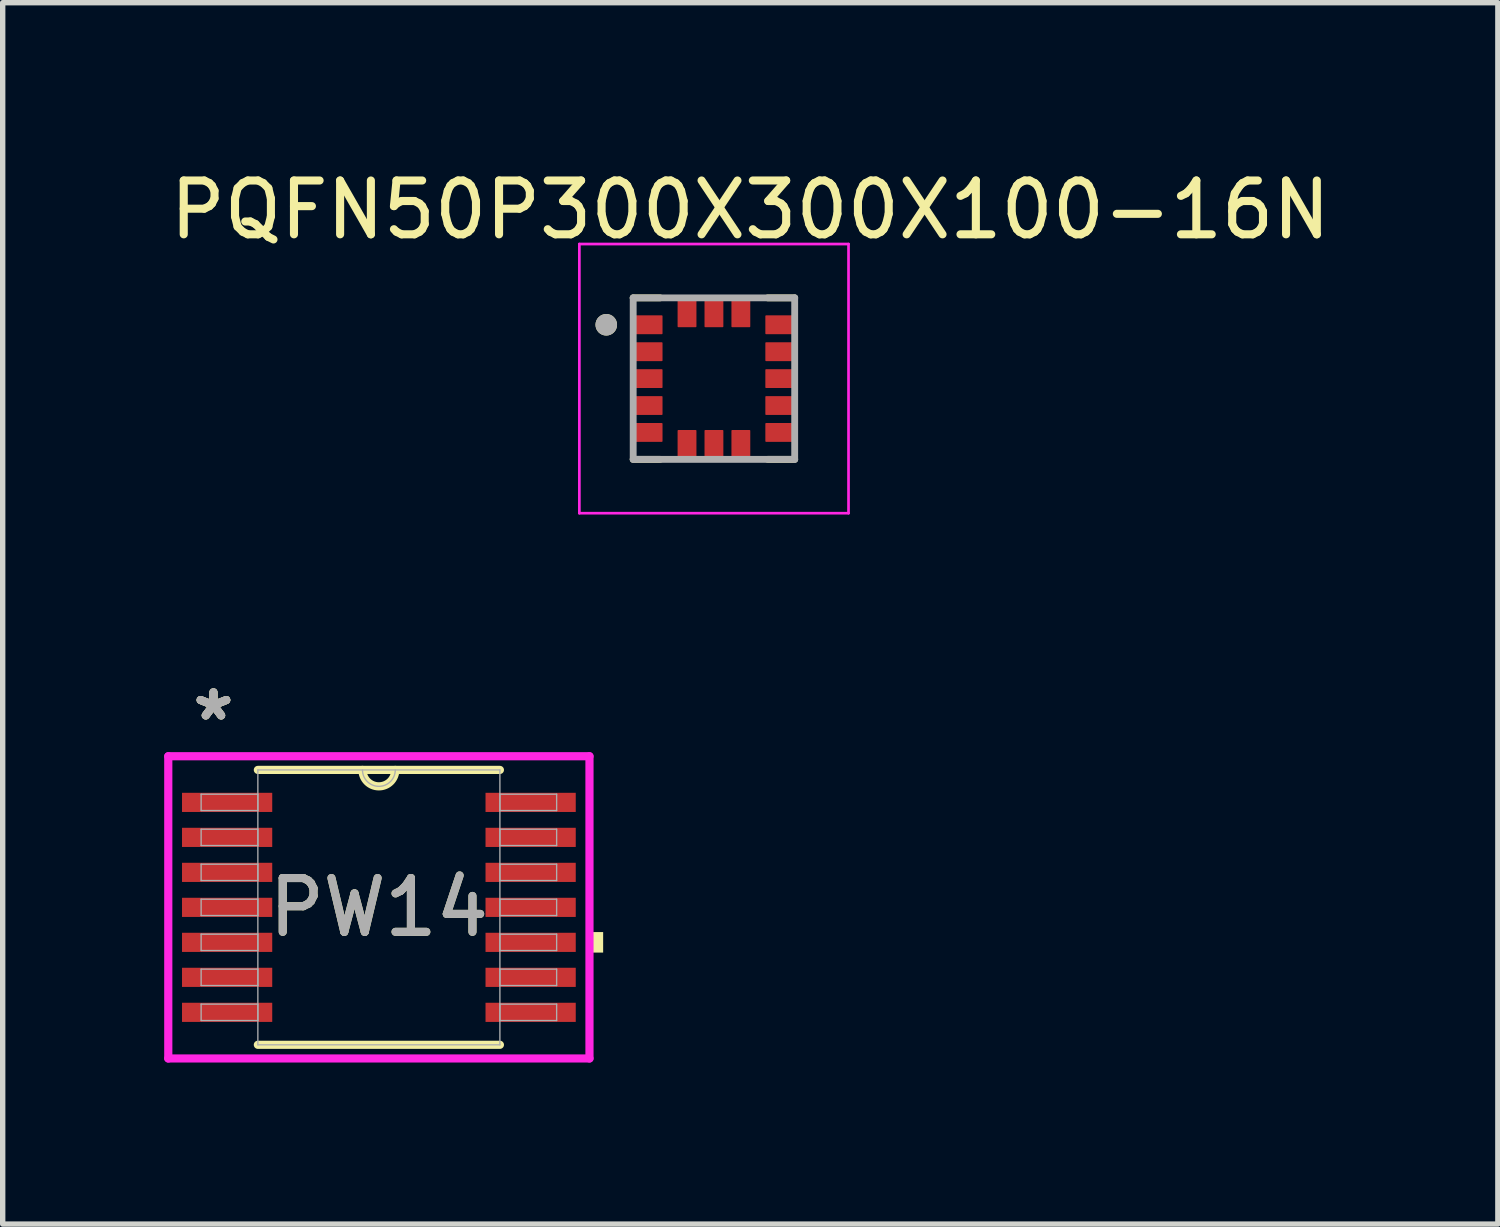
<source format=kicad_pcb>
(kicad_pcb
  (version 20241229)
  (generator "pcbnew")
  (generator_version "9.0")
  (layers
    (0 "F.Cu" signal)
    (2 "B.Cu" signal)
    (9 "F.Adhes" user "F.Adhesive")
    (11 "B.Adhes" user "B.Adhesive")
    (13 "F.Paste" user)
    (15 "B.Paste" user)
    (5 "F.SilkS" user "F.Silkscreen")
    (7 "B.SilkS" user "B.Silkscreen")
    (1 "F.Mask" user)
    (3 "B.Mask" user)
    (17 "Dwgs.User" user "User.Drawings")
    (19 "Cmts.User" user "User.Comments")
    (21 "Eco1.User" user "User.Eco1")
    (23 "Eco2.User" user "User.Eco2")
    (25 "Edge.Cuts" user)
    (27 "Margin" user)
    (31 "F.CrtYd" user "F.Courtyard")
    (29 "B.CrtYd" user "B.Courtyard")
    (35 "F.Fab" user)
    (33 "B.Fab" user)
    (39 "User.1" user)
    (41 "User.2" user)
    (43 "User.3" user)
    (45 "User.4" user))
  (footprint "PW14"
    (layer "F.Cu")
    (at 3.988 13.805)
    (property "Reference" "PW14" (at 0 0 0) (unlocked yes) (layer "F.SilkS") (effects (font (size 1 1) (thickness 0.15))))
    (attr smd)
    (fp_line (start -2.248 2.553) (end 2.248 2.553) (stroke (width 0.152) (type solid)) (layer "F.SilkS"))
    (fp_line (start 2.248 -2.553) (end -2.248 -2.553) (stroke (width 0.152) (type solid)) (layer "F.SilkS"))
    (fp_arc (start 0.3048 -2.5527) (mid 0 -2.2479) (end -0.3048 -2.5527) (stroke (width 0.1524) (type solid)) (layer "F.SilkS"))
    (fp_poly (pts (xy 4.166 0.459) (xy 4.166 0.84) (xy 3.912 0.84) (xy 3.912 0.459)) (stroke (width 0) (type solid)) (fill yes) (layer "F.SilkS"))
    (fp_line (start -3.912 -2.807) (end 3.912 -2.807) (stroke (width 0.152) (type solid)) (layer "F.CrtYd"))
    (fp_line (start -3.912 2.807) (end -3.912 -2.807) (stroke (width 0.152) (type solid)) (layer "F.CrtYd"))
    (fp_line (start 3.912 -2.807) (end 3.912 2.807) (stroke (width 0.152) (type solid)) (layer "F.CrtYd"))
    (fp_line (start 3.912 2.807) (end -3.912 2.807) (stroke (width 0.152) (type solid)) (layer "F.CrtYd"))
    (fp_line (start -3.302 -2.102) (end -3.302 -1.798) (stroke (width 0.025) (type solid)) (layer "F.Fab"))
    (fp_line (start -3.302 -1.798) (end -2.248 -1.798) (stroke (width 0.025) (type solid)) (layer "F.Fab"))
    (fp_line (start -3.302 -1.452) (end -3.302 -1.148) (stroke (width 0.025) (type solid)) (layer "F.Fab"))
    (fp_line (start -3.302 -1.148) (end -2.248 -1.148) (stroke (width 0.025) (type solid)) (layer "F.Fab"))
    (fp_line (start -3.302 -0.802) (end -3.302 -0.498) (stroke (width 0.025) (type solid)) (layer "F.Fab"))
    (fp_line (start -3.302 -0.498) (end -2.248 -0.498) (stroke (width 0.025) (type solid)) (layer "F.Fab"))
    (fp_line (start -3.302 -0.152) (end -3.302 0.152) (stroke (width 0.025) (type solid)) (layer "F.Fab"))
    (fp_line (start -3.302 0.152) (end -2.248 0.152) (stroke (width 0.025) (type solid)) (layer "F.Fab"))
    (fp_line (start -3.302 0.498) (end -3.302 0.802) (stroke (width 0.025) (type solid)) (layer "F.Fab"))
    (fp_line (start -3.302 0.802) (end -2.248 0.802) (stroke (width 0.025) (type solid)) (layer "F.Fab"))
    (fp_line (start -3.302 1.148) (end -3.302 1.452) (stroke (width 0.025) (type solid)) (layer "F.Fab"))
    (fp_line (start -3.302 1.452) (end -2.248 1.452) (stroke (width 0.025) (type solid)) (layer "F.Fab"))
    (fp_line (start -3.302 1.798) (end -3.302 2.102) (stroke (width 0.025) (type solid)) (layer "F.Fab"))
    (fp_line (start -3.302 2.102) (end -2.248 2.102) (stroke (width 0.025) (type solid)) (layer "F.Fab"))
    (fp_line (start -2.248 -2.553) (end -2.248 2.553) (stroke (width 0.025) (type solid)) (layer "F.Fab"))
    (fp_line (start -2.248 -2.102) (end -3.302 -2.102) (stroke (width 0.025) (type solid)) (layer "F.Fab"))
    (fp_line (start -2.248 -1.798) (end -2.248 -2.102) (stroke (width 0.025) (type solid)) (layer "F.Fab"))
    (fp_line (start -2.248 -1.452) (end -3.302 -1.452) (stroke (width 0.025) (type solid)) (layer "F.Fab"))
    (fp_line (start -2.248 -1.148) (end -2.248 -1.452) (stroke (width 0.025) (type solid)) (layer "F.Fab"))
    (fp_line (start -2.248 -0.802) (end -3.302 -0.802) (stroke (width 0.025) (type solid)) (layer "F.Fab"))
    (fp_line (start -2.248 -0.498) (end -2.248 -0.802) (stroke (width 0.025) (type solid)) (layer "F.Fab"))
    (fp_line (start -2.248 -0.152) (end -3.302 -0.152) (stroke (width 0.025) (type solid)) (layer "F.Fab"))
    (fp_line (start -2.248 0.152) (end -2.248 -0.152) (stroke (width 0.025) (type solid)) (layer "F.Fab"))
    (fp_line (start -2.248 0.498) (end -3.302 0.498) (stroke (width 0.025) (type solid)) (layer "F.Fab"))
    (fp_line (start -2.248 0.802) (end -2.248 0.498) (stroke (width 0.025) (type solid)) (layer "F.Fab"))
    (fp_line (start -2.248 1.148) (end -3.302 1.148) (stroke (width 0.025) (type solid)) (layer "F.Fab"))
    (fp_line (start -2.248 1.452) (end -2.248 1.148) (stroke (width 0.025) (type solid)) (layer "F.Fab"))
    (fp_line (start -2.248 1.798) (end -3.302 1.798) (stroke (width 0.025) (type solid)) (layer "F.Fab"))
    (fp_line (start -2.248 2.102) (end -2.248 1.798) (stroke (width 0.025) (type solid)) (layer "F.Fab"))
    (fp_line (start -2.248 2.553) (end 2.248 2.553) (stroke (width 0.025) (type solid)) (layer "F.Fab"))
    (fp_line (start 2.248 -2.553) (end -2.248 -2.553) (stroke (width 0.025) (type solid)) (layer "F.Fab"))
    (fp_line (start 2.248 -2.102) (end 2.248 -1.798) (stroke (width 0.025) (type solid)) (layer "F.Fab"))
    (fp_line (start 2.248 -1.798) (end 3.302 -1.798) (stroke (width 0.025) (type solid)) (layer "F.Fab"))
    (fp_line (start 2.248 -1.452) (end 2.248 -1.148) (stroke (width 0.025) (type solid)) (layer "F.Fab"))
    (fp_line (start 2.248 -1.148) (end 3.302 -1.148) (stroke (width 0.025) (type solid)) (layer "F.Fab"))
    (fp_line (start 2.248 -0.802) (end 2.248 -0.498) (stroke (width 0.025) (type solid)) (layer "F.Fab"))
    (fp_line (start 2.248 -0.498) (end 3.302 -0.498) (stroke (width 0.025) (type solid)) (layer "F.Fab"))
    (fp_line (start 2.248 -0.152) (end 2.248 0.152) (stroke (width 0.025) (type solid)) (layer "F.Fab"))
    (fp_line (start 2.248 0.152) (end 3.302 0.152) (stroke (width 0.025) (type solid)) (layer "F.Fab"))
    (fp_line (start 2.248 0.498) (end 2.248 0.802) (stroke (width 0.025) (type solid)) (layer "F.Fab"))
    (fp_line (start 2.248 0.802) (end 3.302 0.802) (stroke (width 0.025) (type solid)) (layer "F.Fab"))
    (fp_line (start 2.248 1.148) (end 2.248 1.452) (stroke (width 0.025) (type solid)) (layer "F.Fab"))
    (fp_line (start 2.248 1.452) (end 3.302 1.452) (stroke (width 0.025) (type solid)) (layer "F.Fab"))
    (fp_line (start 2.248 1.798) (end 2.248 2.102) (stroke (width 0.025) (type solid)) (layer "F.Fab"))
    (fp_line (start 2.248 2.102) (end 3.302 2.102) (stroke (width 0.025) (type solid)) (layer "F.Fab"))
    (fp_line (start 2.248 2.553) (end 2.248 -2.553) (stroke (width 0.025) (type solid)) (layer "F.Fab"))
    (fp_line (start 3.302 -2.102) (end 2.248 -2.102) (stroke (width 0.025) (type solid)) (layer "F.Fab"))
    (fp_line (start 3.302 -1.798) (end 3.302 -2.102) (stroke (width 0.025) (type solid)) (layer "F.Fab"))
    (fp_line (start 3.302 -1.452) (end 2.248 -1.452) (stroke (width 0.025) (type solid)) (layer "F.Fab"))
    (fp_line (start 3.302 -1.148) (end 3.302 -1.452) (stroke (width 0.025) (type solid)) (layer "F.Fab"))
    (fp_line (start 3.302 -0.802) (end 2.248 -0.802) (stroke (width 0.025) (type solid)) (layer "F.Fab"))
    (fp_line (start 3.302 -0.498) (end 3.302 -0.802) (stroke (width 0.025) (type solid)) (layer "F.Fab"))
    (fp_line (start 3.302 -0.152) (end 2.248 -0.152) (stroke (width 0.025) (type solid)) (layer "F.Fab"))
    (fp_line (start 3.302 0.152) (end 3.302 -0.152) (stroke (width 0.025) (type solid)) (layer "F.Fab"))
    (fp_line (start 3.302 0.498) (end 2.248 0.498) (stroke (width 0.025) (type solid)) (layer "F.Fab"))
    (fp_line (start 3.302 0.802) (end 3.302 0.498) (stroke (width 0.025) (type solid)) (layer "F.Fab"))
    (fp_line (start 3.302 1.148) (end 2.248 1.148) (stroke (width 0.025) (type solid)) (layer "F.Fab"))
    (fp_line (start 3.302 1.452) (end 3.302 1.148) (stroke (width 0.025) (type solid)) (layer "F.Fab"))
    (fp_line (start 3.302 1.798) (end 2.248 1.798) (stroke (width 0.025) (type solid)) (layer "F.Fab"))
    (fp_line (start 3.302 2.102) (end 3.302 1.798) (stroke (width 0.025) (type solid)) (layer "F.Fab"))
    (fp_arc (start 0.3048 -2.5527) (mid 0 -2.2479) (end -0.3048 -2.5527) (stroke (width 0.0254) (type solid)) (layer "F.Fab"))
    (fp_text user "*" (at -3.073 -3.449 0) (layer "F.SilkS") (effects (font (size 1 1) (thickness 0.15))))
    (fp_text user "*" (at -3.073 -3.449 0) (unlocked yes) (layer "F.SilkS") (effects (font (size 1 1) (thickness 0.15))))
    (fp_text user "*" (at -3.073 -3.449 0) (layer "F.Fab") (effects (font (size 1 1) (thickness 0.15))))
    (fp_text user "${REFERENCE}" (at 0 0 0) (unlocked yes) (layer "F.Fab") (effects (font (size 1 1) (thickness 0.15))))
    (fp_text user "*" (at -3.073 -3.449 0) (unlocked yes) (layer "F.Fab") (effects (font (size 1 1) (thickness 0.15))))
    (pad "1" smd rect (at -2.819 -1.95) (size 1.676 0.356) (layers "F.Cu" "F.Mask" "F.Paste"))
    (pad "2" smd rect (at -2.819 -1.3) (size 1.676 0.356) (layers "F.Cu" "F.Mask" "F.Paste"))
    (pad "3" smd rect (at -2.819 -0.65) (size 1.676 0.356) (layers "F.Cu" "F.Mask" "F.Paste"))
    (pad "4" smd rect (at -2.819 0) (size 1.676 0.356) (layers "F.Cu" "F.Mask" "F.Paste"))
    (pad "5" smd rect (at -2.819 0.65) (size 1.676 0.356) (layers "F.Cu" "F.Mask" "F.Paste"))
    (pad "6" smd rect (at -2.819 1.3) (size 1.676 0.356) (layers "F.Cu" "F.Mask" "F.Paste"))
    (pad "7" smd rect (at -2.819 1.95) (size 1.676 0.356) (layers "F.Cu" "F.Mask" "F.Paste"))
    (pad "8" smd rect (at 2.819 1.95) (size 1.676 0.356) (layers "F.Cu" "F.Mask" "F.Paste"))
    (pad "9" smd rect (at 2.819 1.3) (size 1.676 0.356) (layers "F.Cu" "F.Mask" "F.Paste"))
    (pad "10" smd rect (at 2.819 0.65) (size 1.676 0.356) (layers "F.Cu" "F.Mask" "F.Paste"))
    (pad "11" smd rect (at 2.819 0) (size 1.676 0.356) (layers "F.Cu" "F.Mask" "F.Paste"))
    (pad "12" smd rect (at 2.819 -0.65) (size 1.676 0.356) (layers "F.Cu" "F.Mask" "F.Paste"))
    (pad "13" smd rect (at 2.819 -1.3) (size 1.676 0.356) (layers "F.Cu" "F.Mask" "F.Paste"))
    (pad "14" smd rect (at 2.819 -1.95) (size 1.676 0.356) (layers "F.Cu" "F.Mask" "F.Paste")))
  (footprint "PQFN50P300X300X100-16N"
    (layer "F.Cu")
    (at 10.212 3.983)
    (property "Reference" "PQFN50P300X300X100-16N" (at 0.675 -3.135 0) (layer "F.SilkS") (effects (font (size 1 1) (thickness 0.15))))
    (attr smd)
    (fp_line (start -1.5 -1.5) (end -1 -1.5) (stroke (width 0.127) (type solid)) (layer "F.SilkS"))
    (fp_line (start -1.5 1.5) (end -1 1.5) (stroke (width 0.127) (type solid)) (layer "F.SilkS"))
    (fp_line (start 1.5 -1.5) (end 1 -1.5) (stroke (width 0.127) (type solid)) (layer "F.SilkS"))
    (fp_line (start 1.5 1.5) (end 1 1.5) (stroke (width 0.127) (type solid)) (layer "F.SilkS"))
    (fp_circle (center -2 -1) (end -1.9 -1) (stroke (width 0.2) (type solid)) (fill no) (layer "F.SilkS"))
    (fp_line (start -2.5 -2.5) (end 2.5 -2.5) (stroke (width 0.05) (type solid)) (layer "F.CrtYd"))
    (fp_line (start -2.5 2.5) (end -2.5 -2.5) (stroke (width 0.05) (type solid)) (layer "F.CrtYd"))
    (fp_line (start -2.5 2.5) (end 2.5 2.5) (stroke (width 0.05) (type solid)) (layer "F.CrtYd"))
    (fp_line (start 2.5 2.5) (end 2.5 -2.5) (stroke (width 0.05) (type solid)) (layer "F.CrtYd"))
    (fp_line (start -1.5 1.5) (end -1.5 -1.5) (stroke (width 0.127) (type solid)) (layer "F.Fab"))
    (fp_line (start 1.5 -1.5) (end -1.5 -1.5) (stroke (width 0.127) (type solid)) (layer "F.Fab"))
    (fp_line (start 1.5 1.5) (end -1.5 1.5) (stroke (width 0.127) (type solid)) (layer "F.Fab"))
    (fp_line (start 1.5 1.5) (end 1.5 -1.5) (stroke (width 0.127) (type solid)) (layer "F.Fab"))
    (fp_circle (center -2 -1) (end -1.9 -1) (stroke (width 0.2) (type solid)) (fill no) (layer "F.Fab"))
    (pad "1" smd roundrect (at -1.22 -1) (size 0.53 0.35) (layers "F.Cu" "F.Mask" "F.Paste") (roundrect_rratio 0.04))
    (pad "2" smd roundrect (at -1.22 -0.5) (size 0.53 0.35) (layers "F.Cu" "F.Mask" "F.Paste") (roundrect_rratio 0.04))
    (pad "3" smd roundrect (at -1.22 0) (size 0.53 0.35) (layers "F.Cu" "F.Mask" "F.Paste") (roundrect_rratio 0.04))
    (pad "4" smd roundrect (at -1.22 0.5) (size 0.53 0.35) (layers "F.Cu" "F.Mask" "F.Paste") (roundrect_rratio 0.04))
    (pad "5" smd roundrect (at -1.22 1) (size 0.53 0.35) (layers "F.Cu" "F.Mask" "F.Paste") (roundrect_rratio 0.04))
    (pad "6" smd roundrect (at -0.5 1.22 90) (size 0.53 0.35) (layers "F.Cu" "F.Mask" "F.Paste") (roundrect_rratio 0.04))
    (pad "7" smd roundrect (at 0 1.22 90) (size 0.53 0.35) (layers "F.Cu" "F.Mask" "F.Paste") (roundrect_rratio 0.04))
    (pad "8" smd roundrect (at 0.5 1.22 90) (size 0.53 0.35) (layers "F.Cu" "F.Mask" "F.Paste") (roundrect_rratio 0.04))
    (pad "9" smd roundrect (at 1.22 1) (size 0.53 0.35) (layers "F.Cu" "F.Mask" "F.Paste") (roundrect_rratio 0.04))
    (pad "10" smd roundrect (at 1.22 0.5) (size 0.53 0.35) (layers "F.Cu" "F.Mask" "F.Paste") (roundrect_rratio 0.04))
    (pad "11" smd roundrect (at 1.22 0) (size 0.53 0.35) (layers "F.Cu" "F.Mask" "F.Paste") (roundrect_rratio 0.04))
    (pad "12" smd roundrect (at 1.22 -0.5) (size 0.53 0.35) (layers "F.Cu" "F.Mask" "F.Paste") (roundrect_rratio 0.04))
    (pad "13" smd roundrect (at 1.22 -1) (size 0.53 0.35) (layers "F.Cu" "F.Mask" "F.Paste") (roundrect_rratio 0.04))
    (pad "14" smd roundrect (at 0.5 -1.22 90) (size 0.53 0.35) (layers "F.Cu" "F.Mask" "F.Paste") (roundrect_rratio 0.04))
    (pad "15" smd roundrect (at 0 -1.22 90) (size 0.53 0.35) (layers "F.Cu" "F.Mask" "F.Paste") (roundrect_rratio 0.04))
    (pad "16" smd roundrect (at -0.5 -1.22 90) (size 0.53 0.35) (layers "F.Cu" "F.Mask" "F.Paste") (roundrect_rratio 0.04)))
  (gr_rect
    (start -3 -3)
    (end 24.774 19.688)
    (stroke (width 0.1) (type default))
    (fill no)
    (layer "Edge.Cuts")))
</source>
